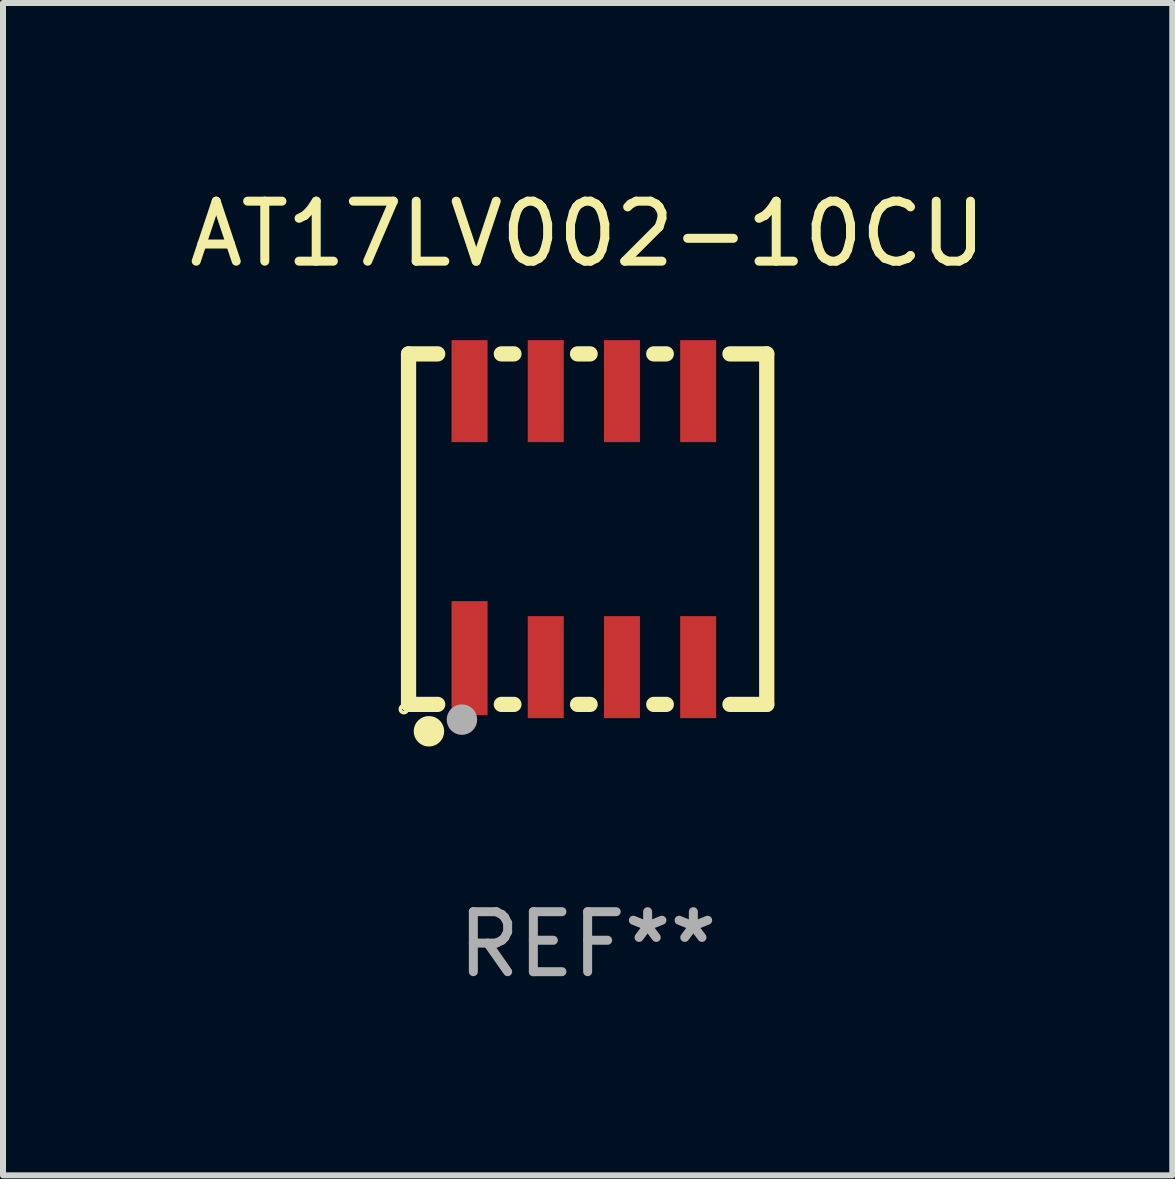
<source format=kicad_pcb>
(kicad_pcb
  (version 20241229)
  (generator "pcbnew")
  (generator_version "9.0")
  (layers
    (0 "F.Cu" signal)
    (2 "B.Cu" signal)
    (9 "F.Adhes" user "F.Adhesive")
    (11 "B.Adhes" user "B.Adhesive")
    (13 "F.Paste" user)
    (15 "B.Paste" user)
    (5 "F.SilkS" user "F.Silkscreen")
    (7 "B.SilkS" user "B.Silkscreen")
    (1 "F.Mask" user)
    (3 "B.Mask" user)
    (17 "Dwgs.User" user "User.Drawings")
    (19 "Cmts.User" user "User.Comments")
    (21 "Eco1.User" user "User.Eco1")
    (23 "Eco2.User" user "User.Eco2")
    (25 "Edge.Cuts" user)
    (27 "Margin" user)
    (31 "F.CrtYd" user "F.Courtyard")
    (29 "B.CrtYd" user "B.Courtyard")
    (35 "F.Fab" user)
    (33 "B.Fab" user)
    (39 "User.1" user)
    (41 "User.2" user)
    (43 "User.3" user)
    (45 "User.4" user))
  (footprint "AT17LV002-10CU"
    (layer "F.Cu")
    (at 6.744 5.769)
    (property "Reference" "AT17LV002-10CU" (at 0 -4.921 0) (layer "F.SilkS") (effects (font (size 1 1) (thickness 0.15))))
    (attr through_hole)
    (fp_line (start -2.985 -2.921) (end -2.985 2.921) (stroke (width 0.254) (type solid)) (layer "F.SilkS"))
    (fp_line (start -2.985 2.921) (end -2.499 2.921) (stroke (width 0.254) (type solid)) (layer "F.SilkS"))
    (fp_line (start -2.499 -2.921) (end -2.985 -2.921) (stroke (width 0.254) (type solid)) (layer "F.SilkS"))
    (fp_line (start -1.438 2.921) (end -1.229 2.921) (stroke (width 0.254) (type solid)) (layer "F.SilkS"))
    (fp_line (start -1.229 -2.921) (end -1.438 -2.921) (stroke (width 0.254) (type solid)) (layer "F.SilkS"))
    (fp_line (start -0.168 2.921) (end 0.041 2.921) (stroke (width 0.254) (type solid)) (layer "F.SilkS"))
    (fp_line (start 0.041 -2.921) (end -0.168 -2.921) (stroke (width 0.254) (type solid)) (layer "F.SilkS"))
    (fp_line (start 1.102 2.921) (end 1.311 2.921) (stroke (width 0.254) (type solid)) (layer "F.SilkS"))
    (fp_line (start 1.311 -2.921) (end 1.102 -2.921) (stroke (width 0.254) (type solid)) (layer "F.SilkS"))
    (fp_line (start 2.372 2.921) (end 2.985 2.921) (stroke (width 0.254) (type solid)) (layer "F.SilkS"))
    (fp_line (start 2.985 -2.921) (end 2.372 -2.921) (stroke (width 0.254) (type solid)) (layer "F.SilkS"))
    (fp_line (start 2.985 2.921) (end 2.985 -2.921) (stroke (width 0.254) (type solid)) (layer "F.SilkS"))
    (fp_circle (center -3.063 3) (end -3.034 3) (stroke (width 0.06) (type solid)) (fill no) (layer "F.SilkS"))
    (fp_circle (center -2.645 3.369) (end -2.518 3.369) (stroke (width 0.254) (type solid)) (fill no) (layer "F.SilkS"))
    (fp_circle (center -2.095 3.175) (end -1.968 3.175) (stroke (width 0.254) (type solid)) (fill no) (layer "F.Fab"))
    (fp_text user "REF**" (at 0 6.921 0) (layer "F.Fab") (effects (font (size 1 1) (thickness 0.15))))
    (pad "1" smd rect (at -1.968 2.15 90) (size 1.9 0.6) (layers "F.Cu" "F.Mask" "F.Paste"))
    (pad "2" smd rect (at -0.698 2.3 90) (size 1.7 0.6) (layers "F.Cu" "F.Mask" "F.Paste"))
    (pad "3" smd rect (at 0.572 2.3 90) (size 1.7 0.6) (layers "F.Cu" "F.Mask" "F.Paste"))
    (pad "4" smd rect (at 1.842 2.3 90) (size 1.7 0.6) (layers "F.Cu" "F.Mask" "F.Paste"))
    (pad "5" smd rect (at 1.842 -2.3 90) (size 1.7 0.6) (layers "F.Cu" "F.Mask" "F.Paste"))
    (pad "6" smd rect (at 0.572 -2.3 90) (size 1.7 0.6) (layers "F.Cu" "F.Mask" "F.Paste"))
    (pad "7" smd rect (at -0.698 -2.3 90) (size 1.7 0.6) (layers "F.Cu" "F.Mask" "F.Paste"))
    (pad "8" smd rect (at -1.968 -2.3 90) (size 1.7 0.6) (layers "F.Cu" "F.Mask" "F.Paste")))
  (gr_rect
    (start -3 -3)
    (end 16.488 16.539)
    (stroke (width 0.1) (type default))
    (fill no)
    (layer "Edge.Cuts")))
</source>
